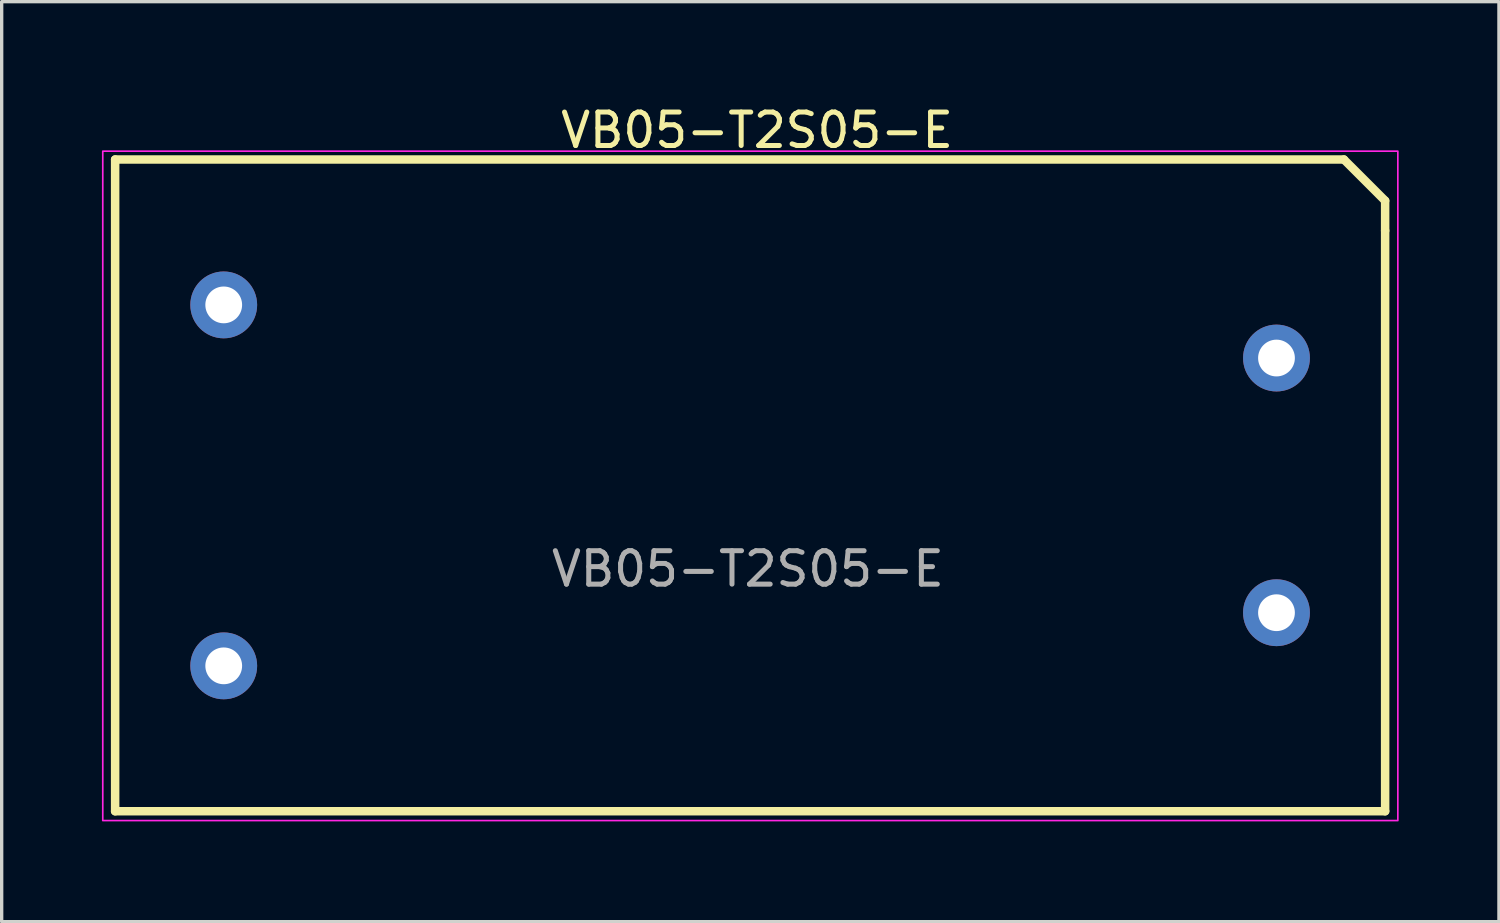
<source format=kicad_pcb>
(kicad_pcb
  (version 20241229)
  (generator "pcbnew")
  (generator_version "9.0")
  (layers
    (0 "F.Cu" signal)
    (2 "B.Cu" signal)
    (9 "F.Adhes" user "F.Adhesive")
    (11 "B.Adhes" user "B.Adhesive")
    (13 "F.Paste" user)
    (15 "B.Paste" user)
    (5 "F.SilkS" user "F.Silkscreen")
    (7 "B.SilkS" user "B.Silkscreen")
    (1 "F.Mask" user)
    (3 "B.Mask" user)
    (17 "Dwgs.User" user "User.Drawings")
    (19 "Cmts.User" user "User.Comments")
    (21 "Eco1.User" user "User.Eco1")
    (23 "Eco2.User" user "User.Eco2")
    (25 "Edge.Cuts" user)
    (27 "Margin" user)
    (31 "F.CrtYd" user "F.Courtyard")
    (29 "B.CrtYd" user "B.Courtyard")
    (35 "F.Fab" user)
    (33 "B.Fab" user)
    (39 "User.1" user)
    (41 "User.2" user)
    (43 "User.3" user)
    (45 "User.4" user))
  (footprint "VB05-T2S05-E"
    (layer "F.Cu")
    (at 19.328 11.473)
    (property "Reference" "VB05-T2S05-E" (at 0.275 -10.625 0) (unlocked yes) (layer "F.SilkS") (effects (font (size 1 1) (thickness 0.15))))
    (attr through_hole)
    (fp_line (start -18.933 -9.75) (end -18.933 9.75) (stroke (width 0.254) (type solid)) (layer "F.SilkS"))
    (fp_line (start -18.933 9.75) (end 19.067 9.75) (stroke (width 0.254) (type solid)) (layer "F.SilkS"))
    (fp_line (start 17.834 -9.75) (end -18.933 -9.75) (stroke (width 0.254) (type solid)) (layer "F.SilkS"))
    (fp_line (start 19.067 -8.517) (end 17.834 -9.75) (stroke (width 0.254) (type solid)) (layer "F.SilkS"))
    (fp_line (start 19.067 -7.62) (end 19.067 -8.517) (stroke (width 0.254) (type solid)) (layer "F.SilkS"))
    (fp_line (start 19.067 9.75) (end 19.067 -7.62) (stroke (width 0.254) (type solid)) (layer "F.SilkS"))
    (fp_rect (start -19.303 -10) (end 19.447 10.03) (stroke (width 0.05) (type solid)) (fill no) (layer "F.CrtYd"))
    (fp_text user "${REFERENCE}" (at 0 2.5 0) (unlocked yes) (layer "F.Fab") (effects (font (size 1 1) (thickness 0.15))))
    (pad "1" thru_hole circle (at -15.684 5.4) (size 2 2) (drill 1.1) (layers "*.Cu" "*.Paste" "*.Mask"))
    (pad "2" thru_hole circle (at -15.684 -5.4) (size 2 2) (drill 1.1) (layers "*.Cu" "*.Paste" "*.Mask"))
    (pad "3" thru_hole circle (at 15.816 -3.81) (size 2 2) (drill 1.1) (layers "*.Cu" "*.Paste" "*.Mask"))
    (pad "4" thru_hole circle (at 15.816 3.81) (size 2 2) (drill 1.1) (layers "*.Cu" "*.Paste" "*.Mask")))
  (gr_rect
    (start -3 -3)
    (end 41.8 24.528)
    (stroke (width 0.1) (type default))
    (fill no)
    (layer "Edge.Cuts")))
</source>
